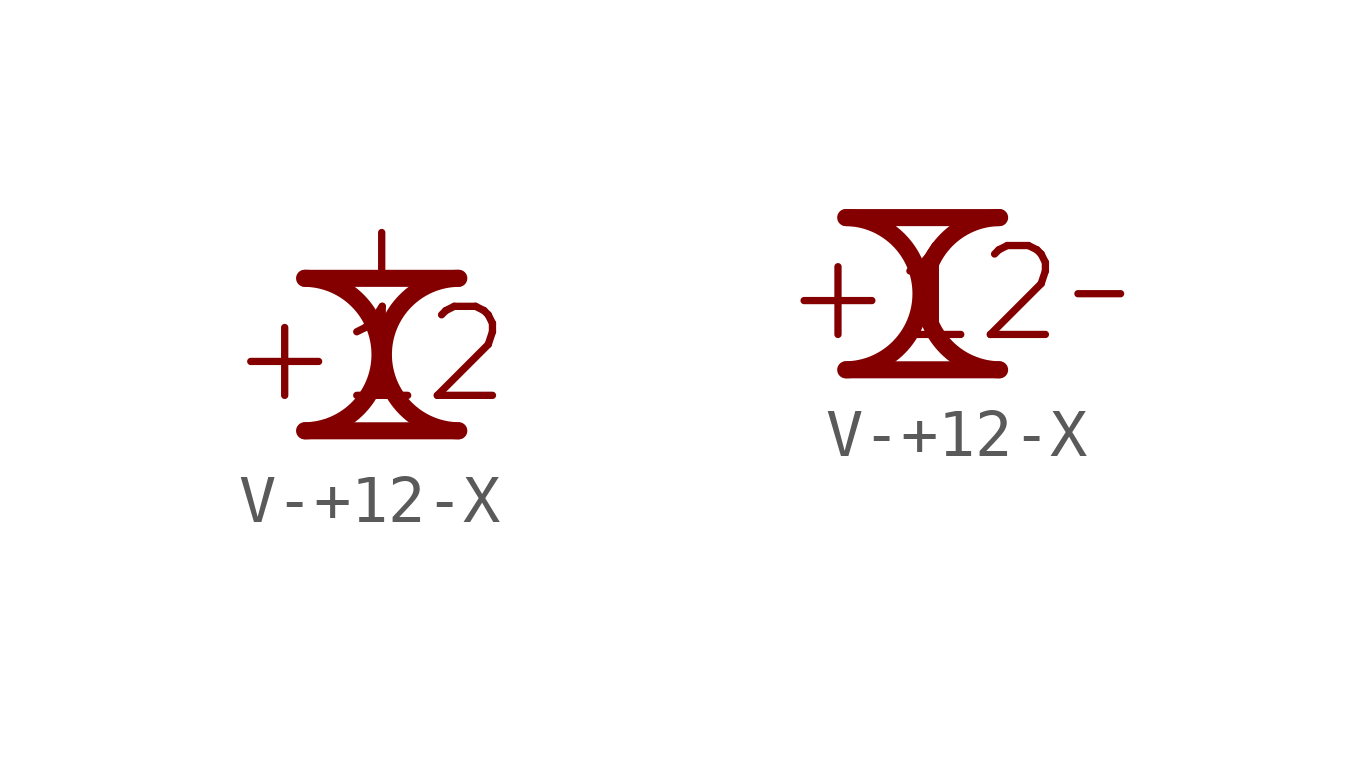
<source format=kicad_sym>
(kicad_symbol_lib
  (version 20211014)
  (generator kicad_symbol_editor)
  (symbol "V-+12-X"
    (power)
    (pin_numbers hide)
    (pin_names
      (offset 1.27) hide)
    (property "Reference" "#PWR"
      (at 5.08 0 0)
      (effects (font (size 1.27 1.27)) (justify left) hide))
    (symbol "V-+12-X_1_0"
      (pin power_in line (at 0 0 0) (length 0) hide (name "+12" (effects (font (size 1.27 1.27)))) (number "0" (effects (font (size 0 0))))))
    (symbol "V-+12-X_1_1"
      (arc (start -1.6053 -4.1275) (mid 0.0001 -2.54) (end -1.6053 -0.9525) (stroke (width 0.3556) (type default) (color 0 0 0 0)) (fill (type none)))
      (polyline (pts (xy 0 -0.889) (xy 0 0)) (stroke (width 0) (type default) (color 0 0 0 0)) (fill (type none)))
      (polyline (pts (xy 1.587 -4.128) (xy -1.587 -4.128)) (stroke (width 0.356) (type default) (color 0 0 0 0)) (fill (type none)))
      (polyline (pts (xy 1.587 -0.953) (xy -1.587 -0.953)) (stroke (width 0.356) (type default) (color 0 0 0 0)) (fill (type none)))
      (arc (start 1.6053 -0.9525) (mid -0.0001 -2.54) (end 1.6053 -4.1275) (stroke (width 0.3556) (type default) (color 0 0 0 0)) (fill (type none)))
      (text "+12" (at -0.254 -2.54 0) (effects (font (size 1.854 1.854)))))
    (symbol "V-+12-X_1_2"
      (arc (start -5.7328 -1.5875) (mid -4.1274 0) (end -5.7328 1.5875) (stroke (width 0.3556) (type default) (color 0 0 0 0)) (fill (type none)))
      (arc (start -2.5222 1.5875) (mid -4.1276 0) (end -2.5222 -1.5875) (stroke (width 0.3556) (type default) (color 0 0 0 0)) (fill (type none)))
      (polyline (pts (xy -2.54 -1.587) (xy -5.715 -1.587)) (stroke (width 0.356) (type default) (color 0 0 0 0)) (fill (type none)))
      (polyline (pts (xy -2.54 1.587) (xy -5.715 1.587)) (stroke (width 0.356) (type default) (color 0 0 0 0)) (fill (type none)))
      (polyline (pts (xy -0.889 0) (xy 0 0)) (stroke (width 0) (type default) (color 0 0 0 0)) (fill (type none)))
      (text "+12" (at -4.128 0 0) (effects (font (size 1.854 1.854)))))))
</source>
